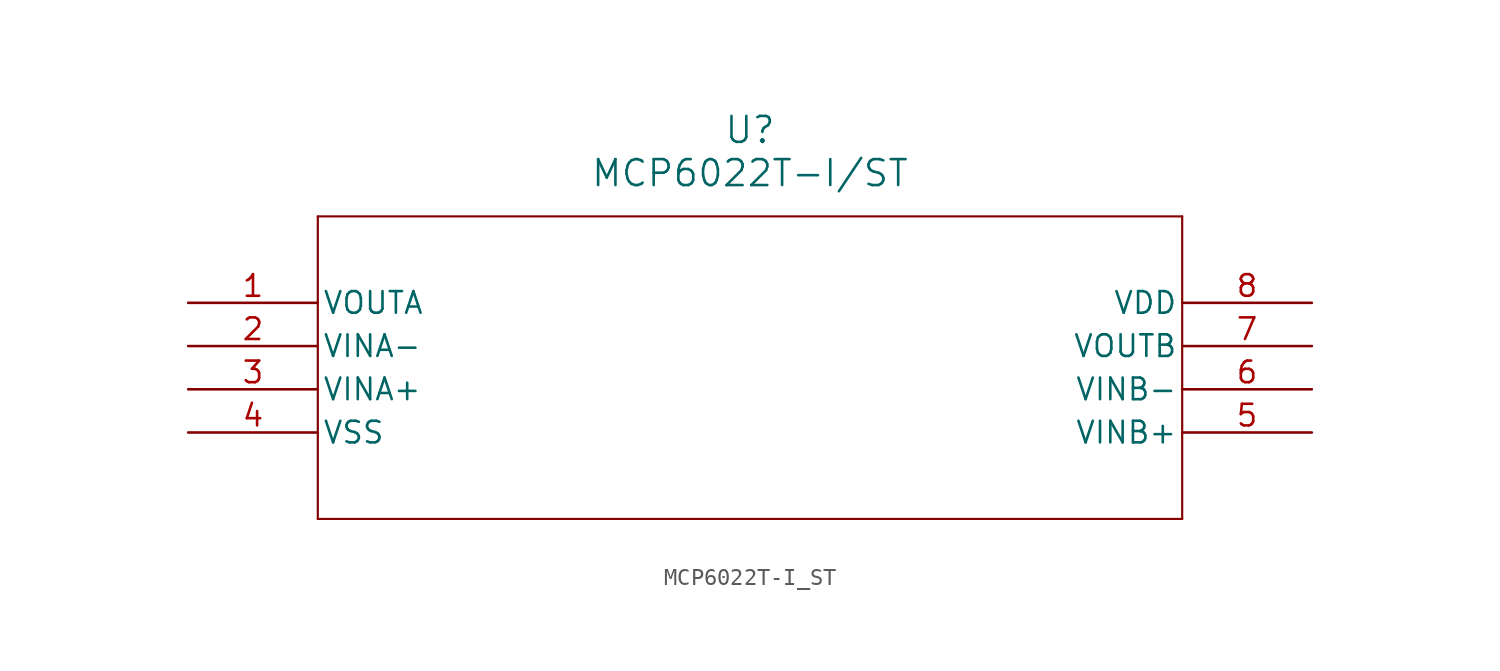
<source format=kicad_sym>
(kicad_symbol_lib
  (version 20211014)
  (generator kicad_symbol_editor)
  (symbol "MCP6022T-I_ST"
    (pin_names
      (offset 0.254))
    (property "Reference" "U"
      (at 33.02 10.16 0)
      (effects (font (size 1.524 1.524))))
    (property "Value" "MCP6022T-I/ST"
      (at 33.02 7.62 0)
      (effects (font (size 1.524 1.524))))
    (symbol "MCP6022T-I_ST_0_1"
      (polyline (pts (xy 7.62 5.08) (xy 7.62 -12.7)) (stroke (width 0.127) (type default) (color 0 0 0 0)) (fill (type none)))
      (polyline (pts (xy 7.62 -12.7) (xy 58.42 -12.7)) (stroke (width 0.127) (type default) (color 0 0 0 0)) (fill (type none)))
      (polyline (pts (xy 58.42 -12.7) (xy 58.42 5.08)) (stroke (width 0.127) (type default) (color 0 0 0 0)) (fill (type none)))
      (polyline (pts (xy 58.42 5.08) (xy 7.62 5.08)) (stroke (width 0.127) (type default) (color 0 0 0 0)) (fill (type none)))
      (pin unspecified line (at 0 0 0) (length 7.62) (name "VOUTA" (effects (font (size 1.27 1.27)))) (number "1" (effects (font (size 1.27 1.27)))))
      (pin unspecified line (at 0 -2.54 0) (length 7.62) (name "VINA-" (effects (font (size 1.27 1.27)))) (number "2" (effects (font (size 1.27 1.27)))))
      (pin unspecified line (at 0 -5.08 0) (length 7.62) (name "VINA+" (effects (font (size 1.27 1.27)))) (number "3" (effects (font (size 1.27 1.27)))))
      (pin unspecified line (at 0 -7.62 0) (length 7.62) (name "VSS" (effects (font (size 1.27 1.27)))) (number "4" (effects (font (size 1.27 1.27)))))
      (pin unspecified line (at 66.04 -7.62 180) (length 7.62) (name "VINB+" (effects (font (size 1.27 1.27)))) (number "5" (effects (font (size 1.27 1.27)))))
      (pin unspecified line (at 66.04 -5.08 180) (length 7.62) (name "VINB-" (effects (font (size 1.27 1.27)))) (number "6" (effects (font (size 1.27 1.27)))))
      (pin unspecified line (at 66.04 -2.54 180) (length 7.62) (name "VOUTB" (effects (font (size 1.27 1.27)))) (number "7" (effects (font (size 1.27 1.27)))))
      (pin unspecified line (at 66.04 0 180) (length 7.62) (name "VDD" (effects (font (size 1.27 1.27)))) (number "8" (effects (font (size 1.27 1.27))))))))
</source>
